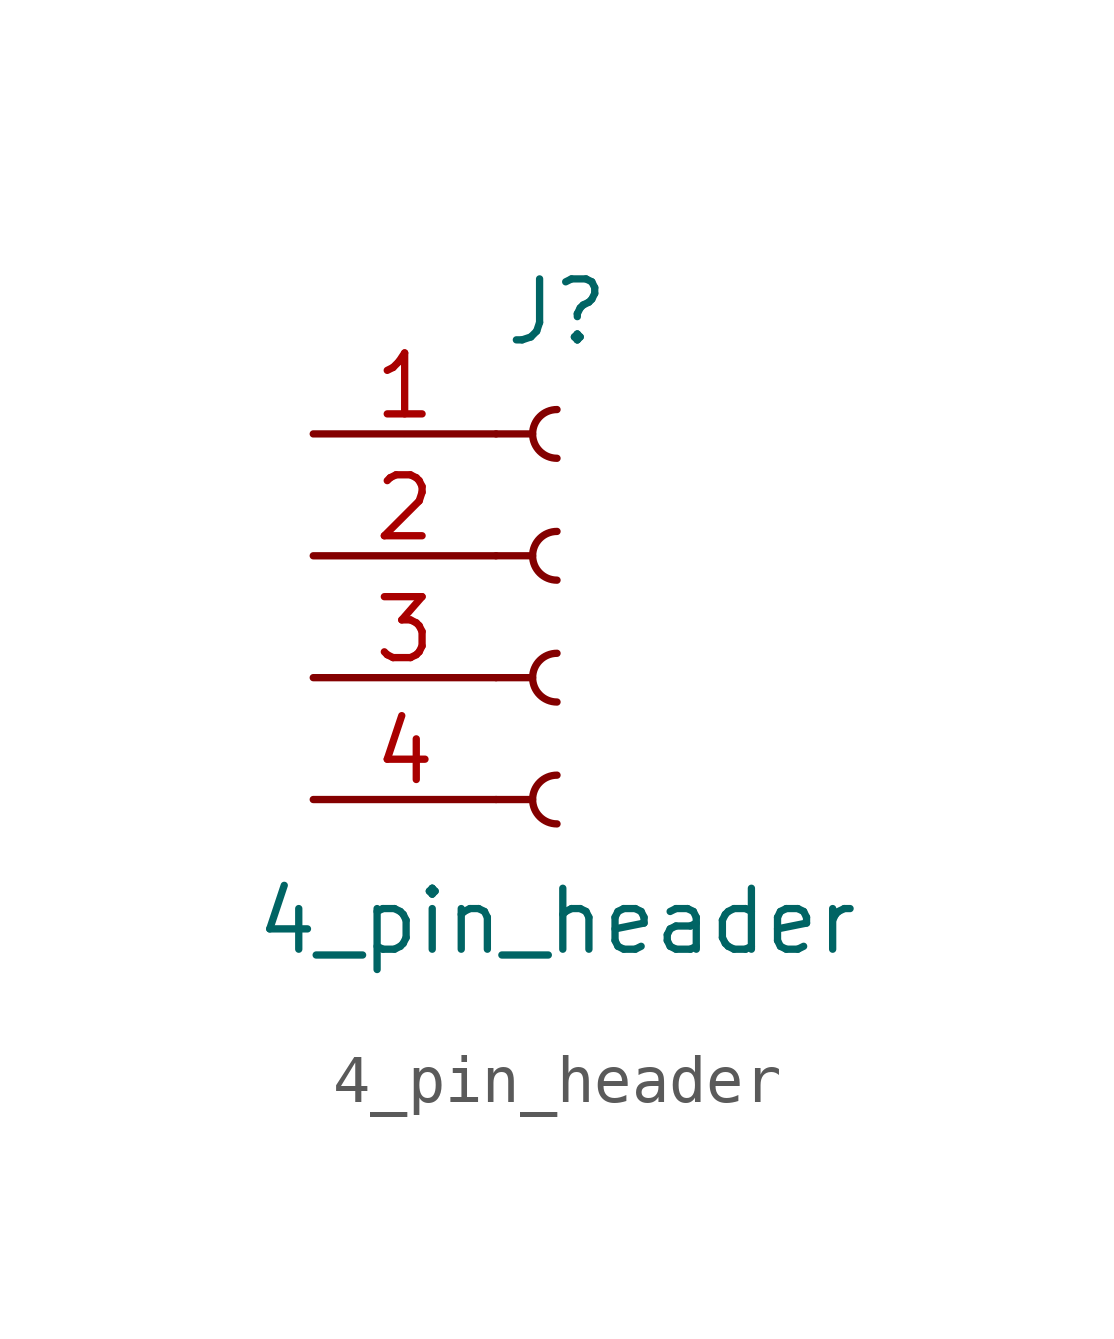
<source format=kicad_sym>
(kicad_symbol_lib
  (version 20241209)
  (generator "kicad_symbol_editor")
  (generator_version "9.0")
  (symbol "4_pin_header"
    (pin_names
      (offset 1.016)
      (hide yes))
    (property "Reference" "J"
      (at 0 5.08 0)
      (effects (font (size 1.27 1.27))))
    (property "Value" "4_pin_header"
      (at 0 -7.62 0)
      (effects (font (size 1.27 1.27))))
    (property "ki_locked" ""
      (at 0 0 0)
      (effects (font (size 1.27 1.27))))
    (symbol "4_pin_header_1_1"
      (polyline (pts (xy -1.27 2.54) (xy -0.508 2.54)) (stroke (width 0.152) (type default)) (fill (type none)))
      (polyline (pts (xy -1.27 0) (xy -0.508 0)) (stroke (width 0.152) (type default)) (fill (type none)))
      (polyline (pts (xy -1.27 -2.54) (xy -0.508 -2.54)) (stroke (width 0.152) (type default)) (fill (type none)))
      (polyline (pts (xy -1.27 -5.08) (xy -0.508 -5.08)) (stroke (width 0.152) (type default)) (fill (type none)))
      (arc (start 0 2.032) (mid -0.5058 2.54) (end 0 3.048) (stroke (width 0.1524) (type default)) (fill (type none)))
      (arc (start 0 -0.508) (mid -0.5058 0) (end 0 0.508) (stroke (width 0.1524) (type default)) (fill (type none)))
      (arc (start 0 -3.048) (mid -0.5058 -2.54) (end 0 -2.032) (stroke (width 0.1524) (type default)) (fill (type none)))
      (arc (start 0 -5.588) (mid -0.5058 -5.08) (end 0 -4.572) (stroke (width 0.1524) (type default)) (fill (type none)))
      (pin passive line (at -5.08 2.54 0) (length 3.81) (name "Pin_1" (effects (font (size 1.27 1.27)))) (number "1" (effects (font (size 1.27 1.27)))))
      (pin passive line (at -5.08 0 0) (length 3.81) (name "Pin_2" (effects (font (size 1.27 1.27)))) (number "2" (effects (font (size 1.27 1.27)))))
      (pin passive line (at -5.08 -2.54 0) (length 3.81) (name "Pin_3" (effects (font (size 1.27 1.27)))) (number "3" (effects (font (size 1.27 1.27)))))
      (pin passive line (at -5.08 -5.08 0) (length 3.81) (name "Pin_4" (effects (font (size 1.27 1.27)))) (number "4" (effects (font (size 1.27 1.27))))))))
</source>
